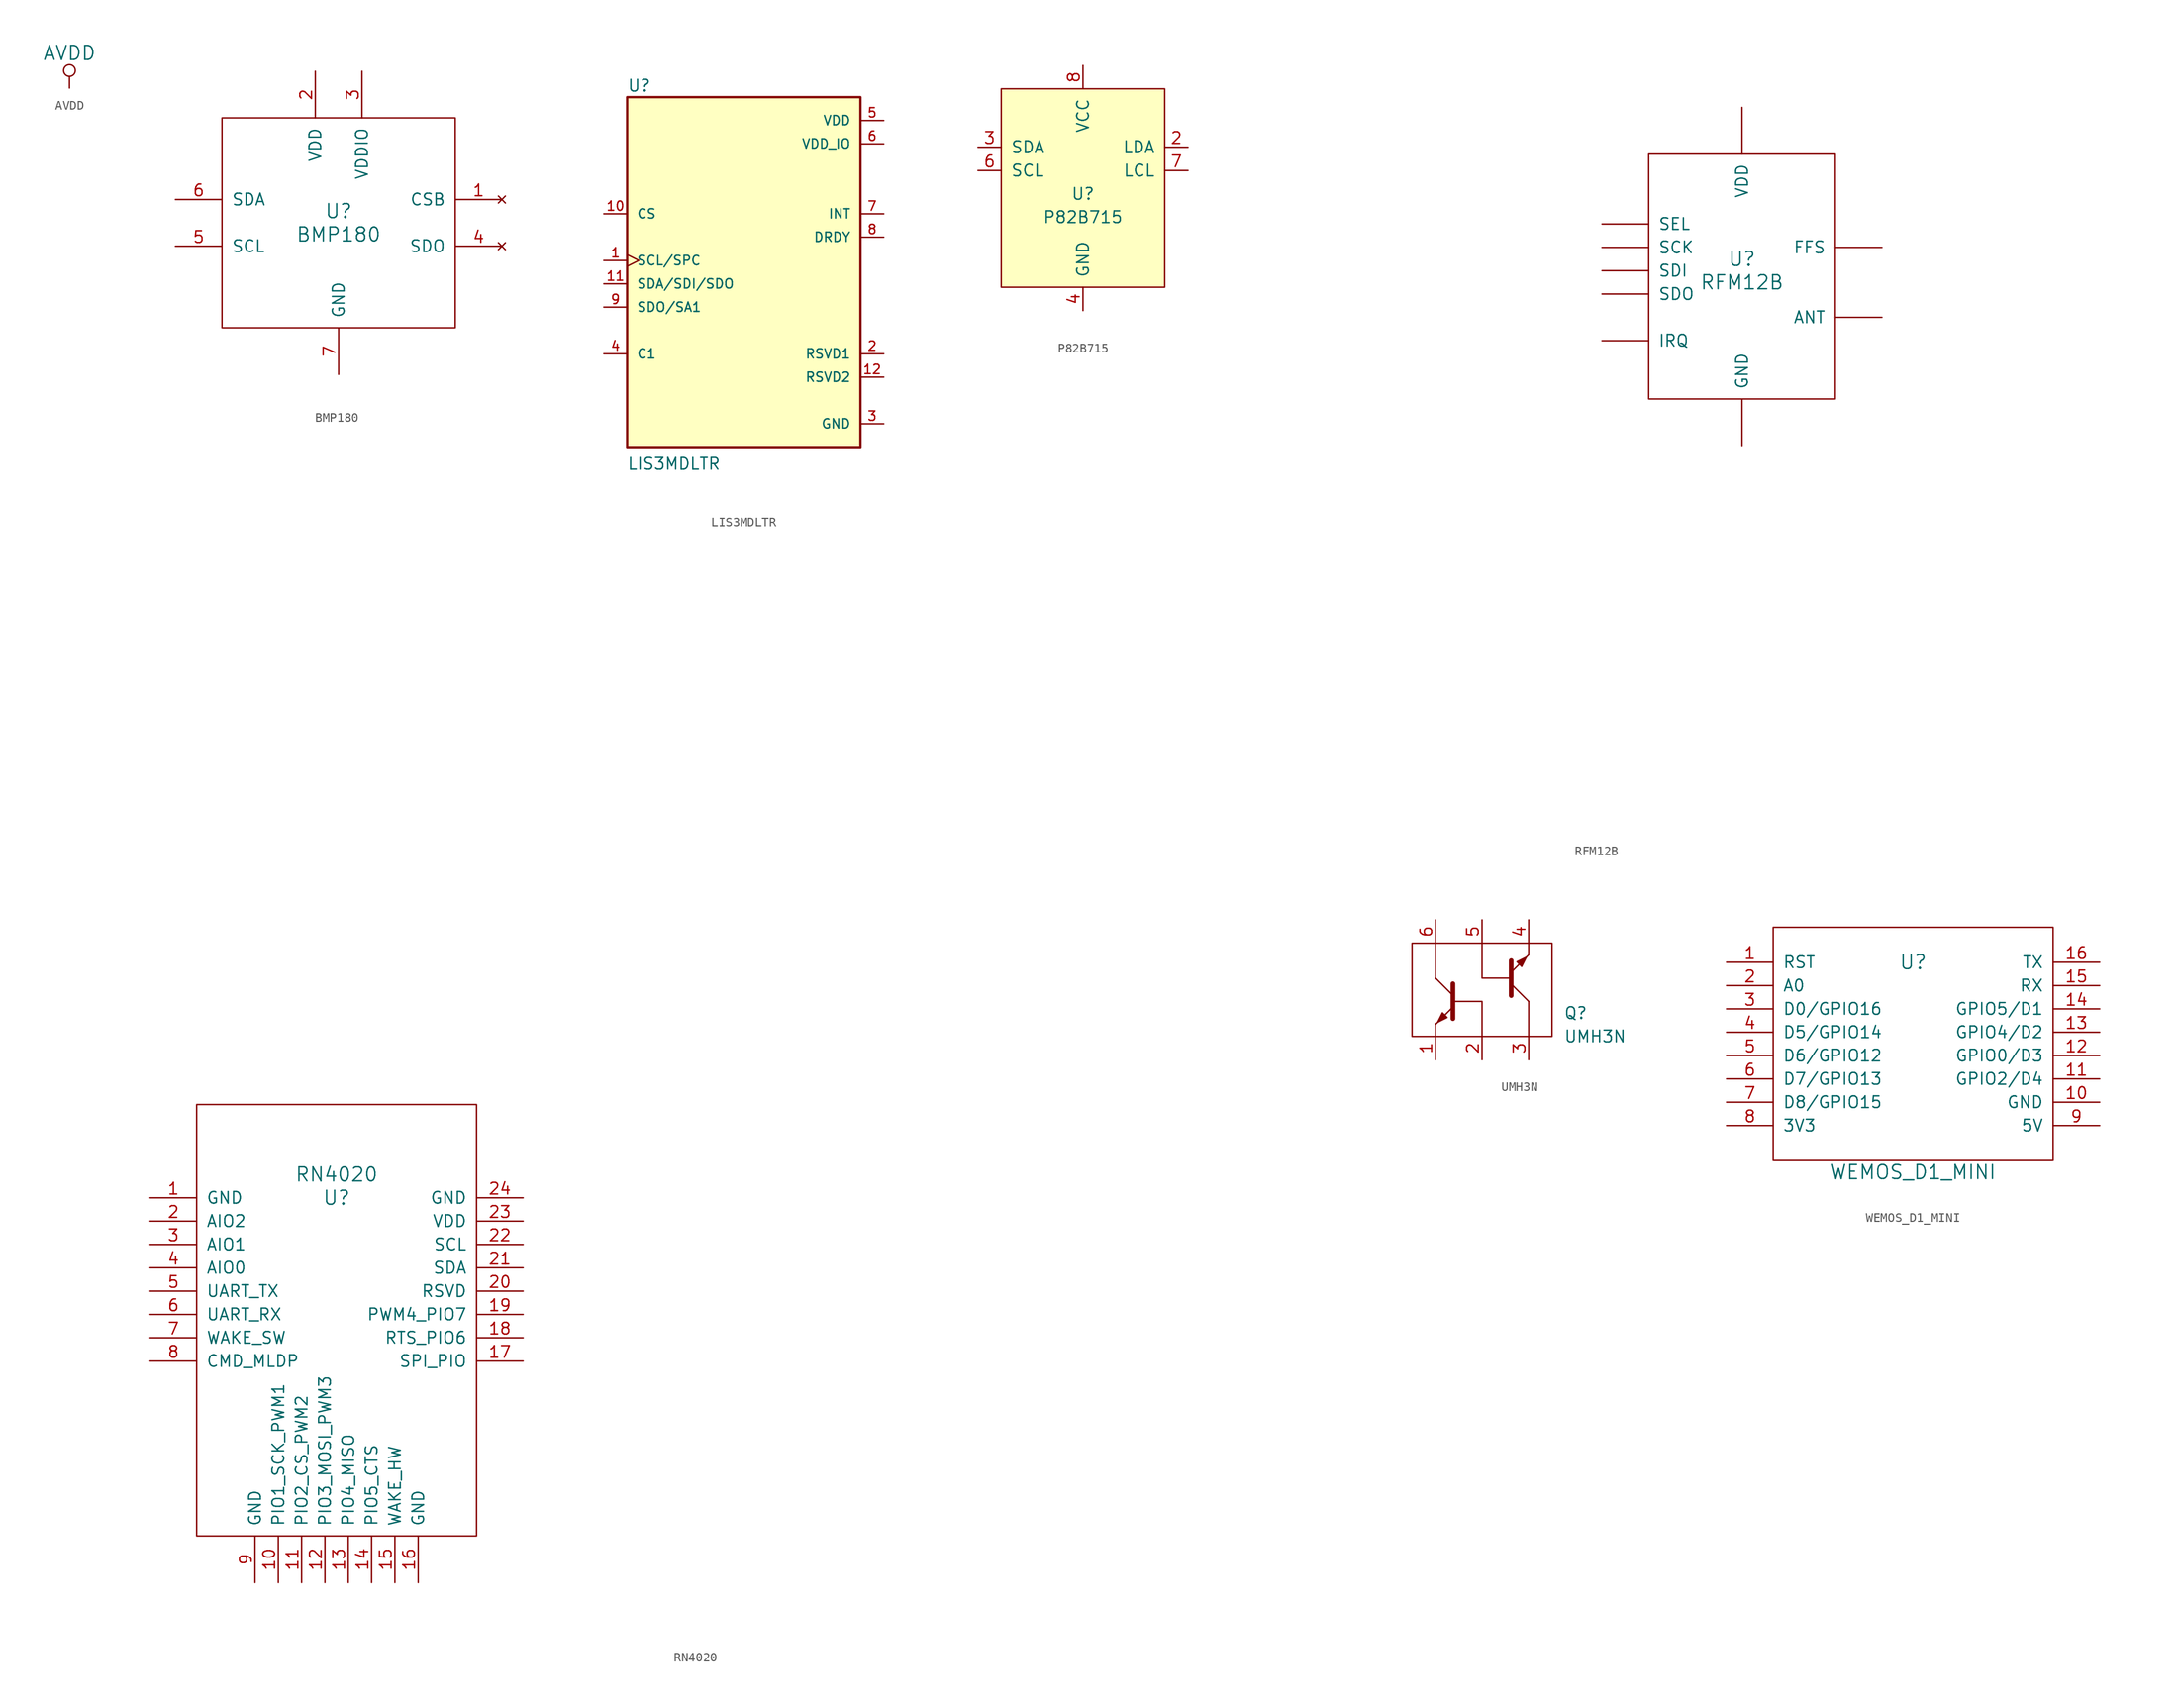
<source format=kicad_sym>
(kicad_symbol_lib
  (version 20220914)
  (generator kicad_symbol_editor)
  (symbol "AVDD"
    (power)
    (pin_names
      (offset 0))
    (property "Reference" "#PWR"
      (at 0 -3.81 0)
      (effects (font (size 1.524 1.524)) hide))
    (property "Value" "AVDD"
      (at 0 3.81 0)
      (effects (font (size 1.524 1.524))))
    (property "Footprint" ""
      (at 0 0 0)
      (effects (font (size 1.524 1.524))))
    (property "Datasheet" ""
      (at 0 0 0)
      (effects (font (size 1.524 1.524))))
    (symbol "AVDD_0_1"
      (polyline (pts (xy 0 0) (xy 0 1.27)) (stroke (width 0) (type solid)) (fill (type none)))
      (circle (center 0 1.905) (radius 0.635) (stroke (width 0) (type solid)) (fill (type none))))
    (symbol "AVDD_1_1"
      (pin power_in line (at 0 0 90) (length 0) hide (name "AVDD" (effects (font (size 1.27 1.27)))) (number "1" (effects (font (size 1.27 1.27)))))))
  (symbol "BMP180"
    (pin_names
      (offset 1.016))
    (property "Reference" "U"
      (at 0 1.27 0)
      (effects (font (size 1.524 1.524))))
    (property "Value" "BMP180"
      (at 0 -1.27 0)
      (effects (font (size 1.524 1.524))))
    (property "Footprint" ""
      (at 0 0 0)
      (effects (font (size 1.524 1.524))))
    (property "Datasheet" ""
      (at 0 0 0)
      (effects (font (size 1.524 1.524))))
    (symbol "BMP180_0_1"
      (rectangle (start -12.7 11.43) (end 12.7 -11.43) (stroke (width 0) (type solid)) (fill (type none))))
    (symbol "BMP180_1_1"
      (pin no_connect line (at 17.78 2.54 180) (length 5.08) (name "CSB" (effects (font (size 1.27 1.27)))) (number "1" (effects (font (size 1.27 1.27)))))
      (pin power_in line (at -2.54 16.51 270) (length 5.08) (name "VDD" (effects (font (size 1.27 1.27)))) (number "2" (effects (font (size 1.27 1.27)))))
      (pin power_in line (at 2.54 16.51 270) (length 5.08) (name "VDDIO" (effects (font (size 1.27 1.27)))) (number "3" (effects (font (size 1.27 1.27)))))
      (pin no_connect line (at 17.78 -2.54 180) (length 5.08) (name "SDO" (effects (font (size 1.27 1.27)))) (number "4" (effects (font (size 1.27 1.27)))))
      (pin bidirectional line (at -17.78 -2.54 0) (length 5.08) (name "SCL" (effects (font (size 1.27 1.27)))) (number "5" (effects (font (size 1.27 1.27)))))
      (pin bidirectional line (at -17.78 2.54 0) (length 5.08) (name "SDA" (effects (font (size 1.27 1.27)))) (number "6" (effects (font (size 1.27 1.27)))))
      (pin power_in line (at 0 -16.51 90) (length 5.08) (name "GND" (effects (font (size 1.27 1.27)))) (number "7" (effects (font (size 1.27 1.27)))))))
  (symbol "LIS3MDLTR"
    (pin_names
      (offset 1.016))
    (property "Reference" "U"
      (at -12.7 18.288 0)
      (effects (font (size 1.27 1.27)) (justify left bottom)))
    (property "Value" "LIS3MDLTR"
      (at -12.725 -22.885 0)
      (effects (font (size 1.27 1.27)) (justify left bottom)))
    (property "ki_locked" ""
      (at 0 0 0)
      (effects (font (size 1.27 1.27))))
    (symbol "LIS3MDLTR_0_0"
      (rectangle (start -12.7 -20.32) (end 12.7 17.78) (stroke (width 0.254) (type solid)) (fill (type background)))
      (pin input clock (at -15.24 0 0) (length 2.54) (name "SCL/SPC" (effects (font (size 1.016 1.016)))) (number "1" (effects (font (size 1.016 1.016)))))
      (pin input line (at -15.24 5.08 0) (length 2.54) (name "CS" (effects (font (size 1.016 1.016)))) (number "10" (effects (font (size 1.016 1.016)))))
      (pin bidirectional line (at -15.24 -2.54 0) (length 2.54) (name "SDA/SDI/SDO" (effects (font (size 1.016 1.016)))) (number "11" (effects (font (size 1.016 1.016)))))
      (pin passive line (at 15.24 -12.7 180) (length 2.54) (name "RSVD2" (effects (font (size 1.016 1.016)))) (number "12" (effects (font (size 1.016 1.016)))))
      (pin passive line (at 15.24 -10.16 180) (length 2.54) (name "RSVD1" (effects (font (size 1.016 1.016)))) (number "2" (effects (font (size 1.016 1.016)))))
      (pin power_in line (at 15.24 -17.78 180) (length 2.54) (name "GND" (effects (font (size 1.016 1.016)))) (number "3" (effects (font (size 1.016 1.016)))))
      (pin passive line (at -15.24 -10.16 0) (length 2.54) (name "C1" (effects (font (size 1.016 1.016)))) (number "4" (effects (font (size 1.016 1.016)))))
      (pin power_in line (at 15.24 15.24 180) (length 2.54) (name "VDD" (effects (font (size 1.016 1.016)))) (number "5" (effects (font (size 1.016 1.016)))))
      (pin power_in line (at 15.24 12.7 180) (length 2.54) (name "VDD_IO" (effects (font (size 1.016 1.016)))) (number "6" (effects (font (size 1.016 1.016)))))
      (pin output line (at 15.24 5.08 180) (length 2.54) (name "INT" (effects (font (size 1.016 1.016)))) (number "7" (effects (font (size 1.016 1.016)))))
      (pin output line (at 15.24 2.54 180) (length 2.54) (name "DRDY" (effects (font (size 1.016 1.016)))) (number "8" (effects (font (size 1.016 1.016)))))
      (pin bidirectional line (at -15.24 -5.08 0) (length 2.54) (name "SDO/SA1" (effects (font (size 1.016 1.016)))) (number "9" (effects (font (size 1.016 1.016)))))))
  (symbol "P82B715"
    (pin_names
      (offset 1.016))
    (property "Reference" "U"
      (at 0 -1.27 0)
      (effects (font (size 1.27 1.27))))
    (property "Value" "P82B715"
      (at 0 -3.81 0)
      (effects (font (size 1.27 1.27))))
    (symbol "P82B715_0_1"
      (rectangle (start -8.89 10.16) (end 8.89 -11.43) (stroke (width 0) (type solid)) (fill (type background))))
    (symbol "P82B715_1_1"
      (pin bidirectional line (at 11.43 3.81 180) (length 2.54) (name "LDA" (effects (font (size 1.27 1.27)))) (number "2" (effects (font (size 1.27 1.27)))))
      (pin bidirectional line (at -11.43 3.81 0) (length 2.54) (name "SDA" (effects (font (size 1.27 1.27)))) (number "3" (effects (font (size 1.27 1.27)))))
      (pin power_in line (at 0 -13.97 90) (length 2.54) (name "GND" (effects (font (size 1.27 1.27)))) (number "4" (effects (font (size 1.27 1.27)))))
      (pin bidirectional line (at -11.43 1.27 0) (length 2.54) (name "SCL" (effects (font (size 1.27 1.27)))) (number "6" (effects (font (size 1.27 1.27)))))
      (pin bidirectional line (at 11.43 1.27 180) (length 2.54) (name "LCL" (effects (font (size 1.27 1.27)))) (number "7" (effects (font (size 1.27 1.27)))))
      (pin power_in line (at 0 12.7 270) (length 2.54) (name "VCC" (effects (font (size 1.27 1.27)))) (number "8" (effects (font (size 1.27 1.27)))))))
  (symbol "RFM12B"
    (pin_names
      (offset 1.016))
    (property "Reference" "U"
      (at 0 1.27 0)
      (effects (font (size 1.524 1.524))))
    (property "Value" "RFM12B"
      (at 0 -1.27 0)
      (effects (font (size 1.524 1.524))))
    (property "Footprint" ""
      (at -46.99 -54.61 0)
      (effects (font (size 1.524 1.524))))
    (property "Datasheet" ""
      (at -46.99 -54.61 0)
      (effects (font (size 1.524 1.524))))
    (symbol "RFM12B_0_1"
      (rectangle (start -10.16 12.7) (end 10.16 -13.97) (stroke (width 0) (type solid)) (fill (type none))))
    (symbol "RFM12B_1_1"
      (pin output line (at 15.24 -5.08 180) (length 5.08) (name "ANT" (effects (font (size 1.27 1.27)))) (number "~" (effects (font (size 1.27 1.27)))))
      (pin bidirectional line (at 15.24 2.54 180) (length 5.08) (name "FFS" (effects (font (size 1.27 1.27)))) (number "~" (effects (font (size 1.27 1.27)))))
      (pin power_in line (at 0 -19.05 90) (length 5.08) (name "GND" (effects (font (size 1.27 1.27)))) (number "~" (effects (font (size 1.27 1.27)))))
      (pin bidirectional line (at -15.24 -7.62 0) (length 5.08) (name "IRQ" (effects (font (size 1.27 1.27)))) (number "~" (effects (font (size 1.27 1.27)))))
      (pin input line (at -15.24 2.54 0) (length 5.08) (name "SCK" (effects (font (size 1.27 1.27)))) (number "~" (effects (font (size 1.27 1.27)))))
      (pin input line (at -15.24 0 0) (length 5.08) (name "SDI" (effects (font (size 1.27 1.27)))) (number "~" (effects (font (size 1.27 1.27)))))
      (pin output line (at -15.24 -2.54 0) (length 5.08) (name "SDO" (effects (font (size 1.27 1.27)))) (number "~" (effects (font (size 1.27 1.27)))))
      (pin input line (at -15.24 5.08 0) (length 5.08) (name "SEL" (effects (font (size 1.27 1.27)))) (number "~" (effects (font (size 1.27 1.27)))))
      (pin power_in line (at 0 17.78 270) (length 5.08) (name "VDD" (effects (font (size 1.27 1.27)))) (number "~" (effects (font (size 1.27 1.27)))))))
  (symbol "RN4020"
    (pin_names
      (offset 1.016))
    (property "Reference" "U"
      (at 0 12.7 0)
      (effects (font (size 1.524 1.524))))
    (property "Value" "RN4020"
      (at 0 15.24 0)
      (effects (font (size 1.524 1.524))))
    (property "Footprint" ""
      (at 98.552 37.846 0)
      (effects (font (size 1.524 1.524))))
    (property "Datasheet" ""
      (at 98.552 37.846 0)
      (effects (font (size 1.524 1.524))))
    (symbol "RN4020_0_1"
      (rectangle (start -15.24 -24.13) (end 15.24 22.86) (stroke (width 0) (type solid)) (fill (type none))))
    (symbol "RN4020_1_1"
      (pin power_in line (at -20.32 12.7 0) (length 5.08) (name "GND" (effects (font (size 1.27 1.27)))) (number "1" (effects (font (size 1.27 1.27)))))
      (pin bidirectional line (at -6.35 -29.21 90) (length 5.08) (name "PIO1_SCK_PWM1" (effects (font (size 1.27 1.27)))) (number "10" (effects (font (size 1.27 1.27)))))
      (pin bidirectional line (at -3.81 -29.21 90) (length 5.08) (name "PIO2_CS_PWM2" (effects (font (size 1.27 1.27)))) (number "11" (effects (font (size 1.27 1.27)))))
      (pin bidirectional line (at -1.27 -29.21 90) (length 5.08) (name "PIO3_MOSI_PWM3" (effects (font (size 1.27 1.27)))) (number "12" (effects (font (size 1.27 1.27)))))
      (pin bidirectional line (at 1.27 -29.21 90) (length 5.08) (name "PIO4_MISO" (effects (font (size 1.27 1.27)))) (number "13" (effects (font (size 1.27 1.27)))))
      (pin bidirectional line (at 3.81 -29.21 90) (length 5.08) (name "PIO5_CTS" (effects (font (size 1.27 1.27)))) (number "14" (effects (font (size 1.27 1.27)))))
      (pin bidirectional line (at 6.35 -29.21 90) (length 5.08) (name "WAKE_HW" (effects (font (size 1.27 1.27)))) (number "15" (effects (font (size 1.27 1.27)))))
      (pin power_in line (at 8.89 -29.21 90) (length 5.08) (name "GND" (effects (font (size 1.27 1.27)))) (number "16" (effects (font (size 1.27 1.27)))))
      (pin bidirectional line (at 20.32 -5.08 180) (length 5.08) (name "SPI_PIO" (effects (font (size 1.27 1.27)))) (number "17" (effects (font (size 1.27 1.27)))))
      (pin bidirectional line (at 20.32 -2.54 180) (length 5.08) (name "RTS_PIO6" (effects (font (size 1.27 1.27)))) (number "18" (effects (font (size 1.27 1.27)))))
      (pin bidirectional line (at 20.32 0 180) (length 5.08) (name "PWM4_PIO7" (effects (font (size 1.27 1.27)))) (number "19" (effects (font (size 1.27 1.27)))))
      (pin bidirectional line (at -20.32 10.16 0) (length 5.08) (name "AIO2" (effects (font (size 1.27 1.27)))) (number "2" (effects (font (size 1.27 1.27)))))
      (pin bidirectional line (at 20.32 2.54 180) (length 5.08) (name "RSVD" (effects (font (size 1.27 1.27)))) (number "20" (effects (font (size 1.27 1.27)))))
      (pin bidirectional line (at 20.32 5.08 180) (length 5.08) (name "SDA" (effects (font (size 1.27 1.27)))) (number "21" (effects (font (size 1.27 1.27)))))
      (pin bidirectional line (at 20.32 7.62 180) (length 5.08) (name "SCL" (effects (font (size 1.27 1.27)))) (number "22" (effects (font (size 1.27 1.27)))))
      (pin power_in line (at 20.32 10.16 180) (length 5.08) (name "VDD" (effects (font (size 1.27 1.27)))) (number "23" (effects (font (size 1.27 1.27)))))
      (pin power_in line (at 20.32 12.7 180) (length 5.08) (name "GND" (effects (font (size 1.27 1.27)))) (number "24" (effects (font (size 1.27 1.27)))))
      (pin bidirectional line (at -20.32 7.62 0) (length 5.08) (name "AIO1" (effects (font (size 1.27 1.27)))) (number "3" (effects (font (size 1.27 1.27)))))
      (pin bidirectional line (at -20.32 5.08 0) (length 5.08) (name "AIO0" (effects (font (size 1.27 1.27)))) (number "4" (effects (font (size 1.27 1.27)))))
      (pin bidirectional line (at -20.32 2.54 0) (length 5.08) (name "UART_TX" (effects (font (size 1.27 1.27)))) (number "5" (effects (font (size 1.27 1.27)))))
      (pin bidirectional line (at -20.32 0 0) (length 5.08) (name "UART_RX" (effects (font (size 1.27 1.27)))) (number "6" (effects (font (size 1.27 1.27)))))
      (pin bidirectional line (at -20.32 -2.54 0) (length 5.08) (name "WAKE_SW" (effects (font (size 1.27 1.27)))) (number "7" (effects (font (size 1.27 1.27)))))
      (pin bidirectional line (at -20.32 -5.08 0) (length 5.08) (name "CMD_MLDP" (effects (font (size 1.27 1.27)))) (number "8" (effects (font (size 1.27 1.27)))))
      (pin power_in line (at -8.89 -29.21 90) (length 5.08) (name "GND" (effects (font (size 1.27 1.27)))) (number "9" (effects (font (size 1.27 1.27)))))))
  (symbol "UMH3N"
    (pin_names
      (offset 0) hide)
    (property "Reference" "Q"
      (at 8.89 -2.54 0)
      (effects (font (size 1.27 1.27)) (justify left)))
    (property "Value" "UMH3N"
      (at 8.89 -5.08 0)
      (effects (font (size 1.27 1.27)) (justify left)))
    (symbol "UMH3N_0_1"
      (rectangle (start -7.62 5.08) (end 7.62 -5.08) (stroke (width 0) (type solid)) (fill (type none)))
      (polyline (pts (xy -5.08 -3.81) (xy -5.08 -5.08)) (stroke (width 0) (type solid)) (fill (type none)))
      (polyline (pts (xy 3.175 0.635) (xy 5.08 -1.27)) (stroke (width 0) (type solid)) (fill (type none)))
      (polyline (pts (xy 5.08 -1.27) (xy 5.08 -5.08)) (stroke (width 0) (type solid)) (fill (type none)))
      (polyline (pts (xy 5.08 3.81) (xy 5.08 5.08)) (stroke (width 0) (type solid)) (fill (type none)))
      (polyline (pts (xy 3.175 -0.635) (xy 3.175 3.175) (xy 3.175 3.175)) (stroke (width 0.508) (type solid)) (fill (type none)))
      (polyline (pts (xy 3.175 1.27) (xy 0 1.27) (xy 0 5.08)) (stroke (width 0) (type solid)) (fill (type none)))
      (polyline (pts (xy 3.175 1.905) (xy 5.08 3.81) (xy 5.08 3.81)) (stroke (width 0) (type solid)) (fill (type none)))
      (polyline (pts (xy 3.81 3.048) (xy 4.318 2.54) (xy 4.826 3.556) (xy 3.81 3.048) (xy 3.81 3.048)) (stroke (width 0) (type solid)) (fill (type outline))))
    (symbol "UMH3N_1_1"
      (polyline (pts (xy -5.08 1.295) (xy -5.08 5.08)) (stroke (width 0) (type solid)) (fill (type none)))
      (polyline (pts (xy -3.175 -0.61) (xy -5.08 1.295)) (stroke (width 0) (type solid)) (fill (type none)))
      (polyline (pts (xy -3.175 -1.88) (xy -5.08 -3.785) (xy -5.08 -3.785)) (stroke (width 0) (type solid)) (fill (type none)))
      (polyline (pts (xy -3.175 -1.27) (xy 0 -1.27) (xy 0 -5.08)) (stroke (width 0) (type solid)) (fill (type none)))
      (polyline (pts (xy -3.175 0.66) (xy -3.175 -3.15) (xy -3.175 -3.15)) (stroke (width 0.508) (type solid)) (fill (type none)))
      (polyline (pts (xy -3.81 -3.023) (xy -4.318 -2.515) (xy -4.826 -3.531) (xy -3.81 -3.023) (xy -3.81 -3.023)) (stroke (width 0) (type solid)) (fill (type outline)))
      (pin passive line (at -5.08 -7.62 90) (length 2.54) (name "E" (effects (font (size 1.27 1.27)))) (number "1" (effects (font (size 1.27 1.27)))))
      (pin input line (at 0 -7.62 90) (length 2.54) (name "B" (effects (font (size 1.27 1.27)))) (number "2" (effects (font (size 1.27 1.27)))))
      (pin passive line (at 5.08 -7.62 90) (length 2.54) (name "C" (effects (font (size 1.27 1.27)))) (number "3" (effects (font (size 1.27 1.27)))))
      (pin passive line (at 5.08 7.62 270) (length 2.54) (name "E" (effects (font (size 1.27 1.27)))) (number "4" (effects (font (size 1.27 1.27)))))
      (pin input line (at 0 7.62 270) (length 2.54) (name "B" (effects (font (size 1.27 1.27)))) (number "5" (effects (font (size 1.27 1.27)))))
      (pin passive line (at -5.08 7.62 270) (length 2.54) (name "C" (effects (font (size 1.27 1.27)))) (number "6" (effects (font (size 1.27 1.27)))))))
  (symbol "WEMOS_D1_MINI"
    (pin_names
      (offset 1.016))
    (property "Reference" "U"
      (at 0 8.89 0)
      (effects (font (size 1.524 1.524))))
    (property "Value" "WEMOS_D1_MINI"
      (at 0 -13.97 0)
      (effects (font (size 1.524 1.524))))
    (symbol "WEMOS_D1_MINI_0_1"
      (rectangle (start -15.24 12.7) (end 15.24 -12.7) (stroke (width 0) (type solid)) (fill (type none))))
    (symbol "WEMOS_D1_MINI_1_1"
      (pin input line (at -20.32 8.89 0) (length 5.08) (name "RST" (effects (font (size 1.27 1.27)))) (number "1" (effects (font (size 1.27 1.27)))))
      (pin power_out line (at 20.32 -6.35 180) (length 5.08) (name "GND" (effects (font (size 1.27 1.27)))) (number "10" (effects (font (size 1.27 1.27)))))
      (pin tri_state line (at 20.32 -3.81 180) (length 5.08) (name "GPIO2/D4" (effects (font (size 1.27 1.27)))) (number "11" (effects (font (size 1.27 1.27)))))
      (pin tri_state line (at 20.32 -1.27 180) (length 5.08) (name "GPIO0/D3" (effects (font (size 1.27 1.27)))) (number "12" (effects (font (size 1.27 1.27)))))
      (pin tri_state line (at 20.32 1.27 180) (length 5.08) (name "GPIO4/D2" (effects (font (size 1.27 1.27)))) (number "13" (effects (font (size 1.27 1.27)))))
      (pin tri_state line (at 20.32 3.81 180) (length 5.08) (name "GPIO5/D1" (effects (font (size 1.27 1.27)))) (number "14" (effects (font (size 1.27 1.27)))))
      (pin tri_state line (at 20.32 6.35 180) (length 5.08) (name "RX" (effects (font (size 1.27 1.27)))) (number "15" (effects (font (size 1.27 1.27)))))
      (pin tri_state line (at 20.32 8.89 180) (length 5.08) (name "TX" (effects (font (size 1.27 1.27)))) (number "16" (effects (font (size 1.27 1.27)))))
      (pin tri_state line (at -20.32 6.35 0) (length 5.08) (name "A0" (effects (font (size 1.27 1.27)))) (number "2" (effects (font (size 1.27 1.27)))))
      (pin tri_state line (at -20.32 3.81 0) (length 5.08) (name "D0/GPIO16" (effects (font (size 1.27 1.27)))) (number "3" (effects (font (size 1.27 1.27)))))
      (pin tri_state line (at -20.32 1.27 0) (length 5.08) (name "D5/GPIO14" (effects (font (size 1.27 1.27)))) (number "4" (effects (font (size 1.27 1.27)))))
      (pin tri_state line (at -20.32 -1.27 0) (length 5.08) (name "D6/GPIO12" (effects (font (size 1.27 1.27)))) (number "5" (effects (font (size 1.27 1.27)))))
      (pin tri_state line (at -20.32 -3.81 0) (length 5.08) (name "D7/GPIO13" (effects (font (size 1.27 1.27)))) (number "6" (effects (font (size 1.27 1.27)))))
      (pin tri_state line (at -20.32 -6.35 0) (length 5.08) (name "D8/GPIO15" (effects (font (size 1.27 1.27)))) (number "7" (effects (font (size 1.27 1.27)))))
      (pin power_out line (at -20.32 -8.89 0) (length 5.08) (name "3V3" (effects (font (size 1.27 1.27)))) (number "8" (effects (font (size 1.27 1.27)))))
      (pin power_out line (at 20.32 -8.89 180) (length 5.08) (name "5V" (effects (font (size 1.27 1.27)))) (number "9" (effects (font (size 1.27 1.27))))))))
</source>
